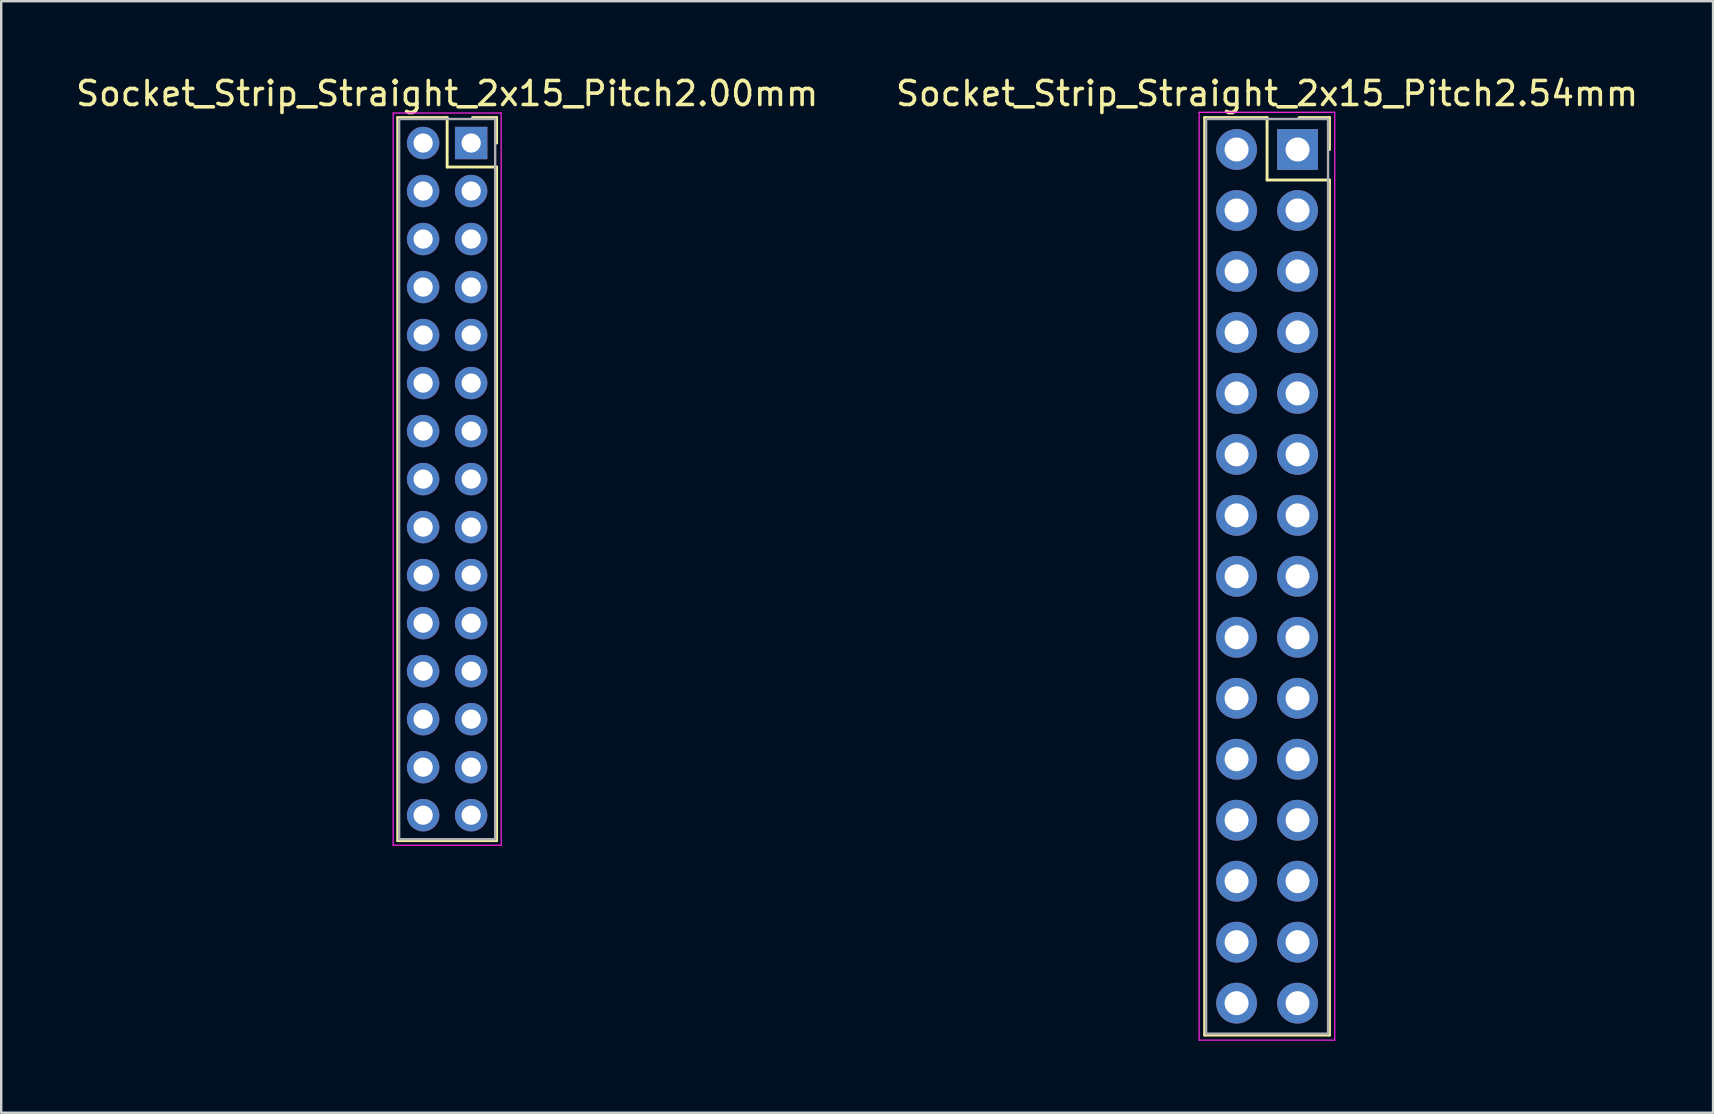
<source format=kicad_pcb>
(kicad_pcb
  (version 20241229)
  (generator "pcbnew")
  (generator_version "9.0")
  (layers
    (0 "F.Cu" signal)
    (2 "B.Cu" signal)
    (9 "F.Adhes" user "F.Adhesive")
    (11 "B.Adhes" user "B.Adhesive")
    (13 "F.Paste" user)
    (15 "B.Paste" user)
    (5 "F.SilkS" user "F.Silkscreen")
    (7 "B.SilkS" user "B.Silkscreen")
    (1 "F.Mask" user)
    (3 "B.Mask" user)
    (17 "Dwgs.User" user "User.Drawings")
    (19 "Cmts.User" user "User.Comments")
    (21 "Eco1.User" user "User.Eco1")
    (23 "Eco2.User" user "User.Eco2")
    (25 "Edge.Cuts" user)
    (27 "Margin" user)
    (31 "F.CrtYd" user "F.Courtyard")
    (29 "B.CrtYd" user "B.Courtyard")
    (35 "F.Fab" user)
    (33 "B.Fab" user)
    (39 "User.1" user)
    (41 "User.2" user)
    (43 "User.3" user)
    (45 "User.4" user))
  (footprint "Socket_Strip_Straight_2x15_Pitch2.00mm"
    (layer "F.Cu")
    (at 16.577 2.908)
    (property "Reference" "Socket_Strip_Straight_2x15_Pitch2.00mm" (at -1 -2.06 0) (layer "F.SilkS") (effects (font (size 1 1) (thickness 0.15))))
    (attr through_hole)
    (fp_line (start -3.06 -1.06) (end -1 -1.06) (stroke (width 0.12) (type solid)) (layer "F.SilkS"))
    (fp_line (start -3.06 29.06) (end -3.06 -1.06) (stroke (width 0.12) (type solid)) (layer "F.SilkS"))
    (fp_line (start -1 -1.06) (end -1 1) (stroke (width 0.12) (type solid)) (layer "F.SilkS"))
    (fp_line (start -1 1) (end 1.06 1) (stroke (width 0.12) (type solid)) (layer "F.SilkS"))
    (fp_line (start 1.06 -1.06) (end 0.06 -1.06) (stroke (width 0.12) (type solid)) (layer "F.SilkS"))
    (fp_line (start 1.06 0) (end 1.06 -1.06) (stroke (width 0.12) (type solid)) (layer "F.SilkS"))
    (fp_line (start 1.06 1) (end 1.06 29.06) (stroke (width 0.12) (type solid)) (layer "F.SilkS"))
    (fp_line (start 1.06 29.06) (end -3.06 29.06) (stroke (width 0.12) (type solid)) (layer "F.SilkS"))
    (fp_line (start -3.25 -1.25) (end -3.25 29.25) (stroke (width 0.05) (type solid)) (layer "F.CrtYd"))
    (fp_line (start -3.25 29.25) (end 1.25 29.25) (stroke (width 0.05) (type solid)) (layer "F.CrtYd"))
    (fp_line (start 1.25 -1.25) (end -3.25 -1.25) (stroke (width 0.05) (type solid)) (layer "F.CrtYd"))
    (fp_line (start 1.25 29.25) (end 1.25 -1.25) (stroke (width 0.05) (type solid)) (layer "F.CrtYd"))
    (fp_line (start -3 -1) (end -3 29) (stroke (width 0.1) (type solid)) (layer "F.Fab"))
    (fp_line (start -3 29) (end 1 29) (stroke (width 0.1) (type solid)) (layer "F.Fab"))
    (fp_line (start 1 -1) (end -3 -1) (stroke (width 0.1) (type solid)) (layer "F.Fab"))
    (fp_line (start 1 29) (end 1 -1) (stroke (width 0.1) (type solid)) (layer "F.Fab"))
    (pad "1" thru_hole rect (at 0 0) (size 1.35 1.35) (drill 0.8) (layers "*.Cu" "*.Mask"))
    (pad "2" thru_hole oval (at -2 0) (size 1.35 1.35) (drill 0.8) (layers "*.Cu" "*.Mask"))
    (pad "3" thru_hole oval (at 0 2) (size 1.35 1.35) (drill 0.8) (layers "*.Cu" "*.Mask"))
    (pad "4" thru_hole oval (at -2 2) (size 1.35 1.35) (drill 0.8) (layers "*.Cu" "*.Mask"))
    (pad "5" thru_hole oval (at 0 4) (size 1.35 1.35) (drill 0.8) (layers "*.Cu" "*.Mask"))
    (pad "6" thru_hole oval (at -2 4) (size 1.35 1.35) (drill 0.8) (layers "*.Cu" "*.Mask"))
    (pad "7" thru_hole oval (at 0 6) (size 1.35 1.35) (drill 0.8) (layers "*.Cu" "*.Mask"))
    (pad "8" thru_hole oval (at -2 6) (size 1.35 1.35) (drill 0.8) (layers "*.Cu" "*.Mask"))
    (pad "9" thru_hole oval (at 0 8) (size 1.35 1.35) (drill 0.8) (layers "*.Cu" "*.Mask"))
    (pad "10" thru_hole oval (at -2 8) (size 1.35 1.35) (drill 0.8) (layers "*.Cu" "*.Mask"))
    (pad "11" thru_hole oval (at 0 10) (size 1.35 1.35) (drill 0.8) (layers "*.Cu" "*.Mask"))
    (pad "12" thru_hole oval (at -2 10) (size 1.35 1.35) (drill 0.8) (layers "*.Cu" "*.Mask"))
    (pad "13" thru_hole oval (at 0 12) (size 1.35 1.35) (drill 0.8) (layers "*.Cu" "*.Mask"))
    (pad "14" thru_hole oval (at -2 12) (size 1.35 1.35) (drill 0.8) (layers "*.Cu" "*.Mask"))
    (pad "15" thru_hole oval (at 0 14) (size 1.35 1.35) (drill 0.8) (layers "*.Cu" "*.Mask"))
    (pad "16" thru_hole oval (at -2 14) (size 1.35 1.35) (drill 0.8) (layers "*.Cu" "*.Mask"))
    (pad "17" thru_hole oval (at 0 16) (size 1.35 1.35) (drill 0.8) (layers "*.Cu" "*.Mask"))
    (pad "18" thru_hole oval (at -2 16) (size 1.35 1.35) (drill 0.8) (layers "*.Cu" "*.Mask"))
    (pad "19" thru_hole oval (at 0 18) (size 1.35 1.35) (drill 0.8) (layers "*.Cu" "*.Mask"))
    (pad "20" thru_hole oval (at -2 18) (size 1.35 1.35) (drill 0.8) (layers "*.Cu" "*.Mask"))
    (pad "21" thru_hole oval (at 0 20) (size 1.35 1.35) (drill 0.8) (layers "*.Cu" "*.Mask"))
    (pad "22" thru_hole oval (at -2 20) (size 1.35 1.35) (drill 0.8) (layers "*.Cu" "*.Mask"))
    (pad "23" thru_hole oval (at 0 22) (size 1.35 1.35) (drill 0.8) (layers "*.Cu" "*.Mask"))
    (pad "24" thru_hole oval (at -2 22) (size 1.35 1.35) (drill 0.8) (layers "*.Cu" "*.Mask"))
    (pad "25" thru_hole oval (at 0 24) (size 1.35 1.35) (drill 0.8) (layers "*.Cu" "*.Mask"))
    (pad "26" thru_hole oval (at -2 24) (size 1.35 1.35) (drill 0.8) (layers "*.Cu" "*.Mask"))
    (pad "27" thru_hole oval (at 0 26) (size 1.35 1.35) (drill 0.8) (layers "*.Cu" "*.Mask"))
    (pad "28" thru_hole oval (at -2 26) (size 1.35 1.35) (drill 0.8) (layers "*.Cu" "*.Mask"))
    (pad "29" thru_hole oval (at 0 28) (size 1.35 1.35) (drill 0.8) (layers "*.Cu" "*.Mask"))
    (pad "30" thru_hole oval (at -2 28) (size 1.35 1.35) (drill 0.8) (layers "*.Cu" "*.Mask")))
  (footprint "Socket_Strip_Straight_2x15_Pitch2.54mm"
    (layer "F.Cu")
    (at 51.002 3.178)
    (property "Reference" "Socket_Strip_Straight_2x15_Pitch2.54mm" (at -1.27 -2.33 0) (layer "F.SilkS") (effects (font (size 1 1) (thickness 0.15))))
    (attr through_hole)
    (fp_line (start -3.87 -1.33) (end -1.27 -1.33) (stroke (width 0.12) (type solid)) (layer "F.SilkS"))
    (fp_line (start -3.87 36.89) (end -3.87 -1.33) (stroke (width 0.12) (type solid)) (layer "F.SilkS"))
    (fp_line (start -1.27 -1.33) (end -1.27 1.27) (stroke (width 0.12) (type solid)) (layer "F.SilkS"))
    (fp_line (start -1.27 1.27) (end 1.33 1.27) (stroke (width 0.12) (type solid)) (layer "F.SilkS"))
    (fp_line (start 1.33 -1.33) (end 0.06 -1.33) (stroke (width 0.12) (type solid)) (layer "F.SilkS"))
    (fp_line (start 1.33 0) (end 1.33 -1.33) (stroke (width 0.12) (type solid)) (layer "F.SilkS"))
    (fp_line (start 1.33 1.27) (end 1.33 36.89) (stroke (width 0.12) (type solid)) (layer "F.SilkS"))
    (fp_line (start 1.33 36.89) (end -3.87 36.89) (stroke (width 0.12) (type solid)) (layer "F.SilkS"))
    (fp_line (start -4.1 -1.55) (end -4.1 37.1) (stroke (width 0.05) (type solid)) (layer "F.CrtYd"))
    (fp_line (start -4.1 37.1) (end 1.55 37.1) (stroke (width 0.05) (type solid)) (layer "F.CrtYd"))
    (fp_line (start 1.55 -1.55) (end -4.1 -1.55) (stroke (width 0.05) (type solid)) (layer "F.CrtYd"))
    (fp_line (start 1.55 37.1) (end 1.55 -1.55) (stroke (width 0.05) (type solid)) (layer "F.CrtYd"))
    (fp_line (start -3.81 -1.27) (end -3.81 36.83) (stroke (width 0.1) (type solid)) (layer "F.Fab"))
    (fp_line (start -3.81 36.83) (end 1.27 36.83) (stroke (width 0.1) (type solid)) (layer "F.Fab"))
    (fp_line (start 1.27 -1.27) (end -3.81 -1.27) (stroke (width 0.1) (type solid)) (layer "F.Fab"))
    (fp_line (start 1.27 36.83) (end 1.27 -1.27) (stroke (width 0.1) (type solid)) (layer "F.Fab"))
    (pad "1" thru_hole rect (at 0 0) (size 1.7 1.7) (drill 1) (layers "*.Cu" "*.Mask"))
    (pad "2" thru_hole oval (at -2.54 0) (size 1.7 1.7) (drill 1) (layers "*.Cu" "*.Mask"))
    (pad "3" thru_hole oval (at 0 2.54) (size 1.7 1.7) (drill 1) (layers "*.Cu" "*.Mask"))
    (pad "4" thru_hole oval (at -2.54 2.54) (size 1.7 1.7) (drill 1) (layers "*.Cu" "*.Mask"))
    (pad "5" thru_hole oval (at 0 5.08) (size 1.7 1.7) (drill 1) (layers "*.Cu" "*.Mask"))
    (pad "6" thru_hole oval (at -2.54 5.08) (size 1.7 1.7) (drill 1) (layers "*.Cu" "*.Mask"))
    (pad "7" thru_hole oval (at 0 7.62) (size 1.7 1.7) (drill 1) (layers "*.Cu" "*.Mask"))
    (pad "8" thru_hole oval (at -2.54 7.62) (size 1.7 1.7) (drill 1) (layers "*.Cu" "*.Mask"))
    (pad "9" thru_hole oval (at 0 10.16) (size 1.7 1.7) (drill 1) (layers "*.Cu" "*.Mask"))
    (pad "10" thru_hole oval (at -2.54 10.16) (size 1.7 1.7) (drill 1) (layers "*.Cu" "*.Mask"))
    (pad "11" thru_hole oval (at 0 12.7) (size 1.7 1.7) (drill 1) (layers "*.Cu" "*.Mask"))
    (pad "12" thru_hole oval (at -2.54 12.7) (size 1.7 1.7) (drill 1) (layers "*.Cu" "*.Mask"))
    (pad "13" thru_hole oval (at 0 15.24) (size 1.7 1.7) (drill 1) (layers "*.Cu" "*.Mask"))
    (pad "14" thru_hole oval (at -2.54 15.24) (size 1.7 1.7) (drill 1) (layers "*.Cu" "*.Mask"))
    (pad "15" thru_hole oval (at 0 17.78) (size 1.7 1.7) (drill 1) (layers "*.Cu" "*.Mask"))
    (pad "16" thru_hole oval (at -2.54 17.78) (size 1.7 1.7) (drill 1) (layers "*.Cu" "*.Mask"))
    (pad "17" thru_hole oval (at 0 20.32) (size 1.7 1.7) (drill 1) (layers "*.Cu" "*.Mask"))
    (pad "18" thru_hole oval (at -2.54 20.32) (size 1.7 1.7) (drill 1) (layers "*.Cu" "*.Mask"))
    (pad "19" thru_hole oval (at 0 22.86) (size 1.7 1.7) (drill 1) (layers "*.Cu" "*.Mask"))
    (pad "20" thru_hole oval (at -2.54 22.86) (size 1.7 1.7) (drill 1) (layers "*.Cu" "*.Mask"))
    (pad "21" thru_hole oval (at 0 25.4) (size 1.7 1.7) (drill 1) (layers "*.Cu" "*.Mask"))
    (pad "22" thru_hole oval (at -2.54 25.4) (size 1.7 1.7) (drill 1) (layers "*.Cu" "*.Mask"))
    (pad "23" thru_hole oval (at 0 27.94) (size 1.7 1.7) (drill 1) (layers "*.Cu" "*.Mask"))
    (pad "24" thru_hole oval (at -2.54 27.94) (size 1.7 1.7) (drill 1) (layers "*.Cu" "*.Mask"))
    (pad "25" thru_hole oval (at 0 30.48) (size 1.7 1.7) (drill 1) (layers "*.Cu" "*.Mask"))
    (pad "26" thru_hole oval (at -2.54 30.48) (size 1.7 1.7) (drill 1) (layers "*.Cu" "*.Mask"))
    (pad "27" thru_hole oval (at 0 33.02) (size 1.7 1.7) (drill 1) (layers "*.Cu" "*.Mask"))
    (pad "28" thru_hole oval (at -2.54 33.02) (size 1.7 1.7) (drill 1) (layers "*.Cu" "*.Mask"))
    (pad "29" thru_hole oval (at 0 35.56) (size 1.7 1.7) (drill 1) (layers "*.Cu" "*.Mask"))
    (pad "30" thru_hole oval (at -2.54 35.56) (size 1.7 1.7) (drill 1) (layers "*.Cu" "*.Mask")))
  (gr_rect
    (start -3 -3)
    (end 68.31 43.303)
    (stroke (width 0.1) (type default))
    (fill no)
    (layer "Edge.Cuts")))
</source>
